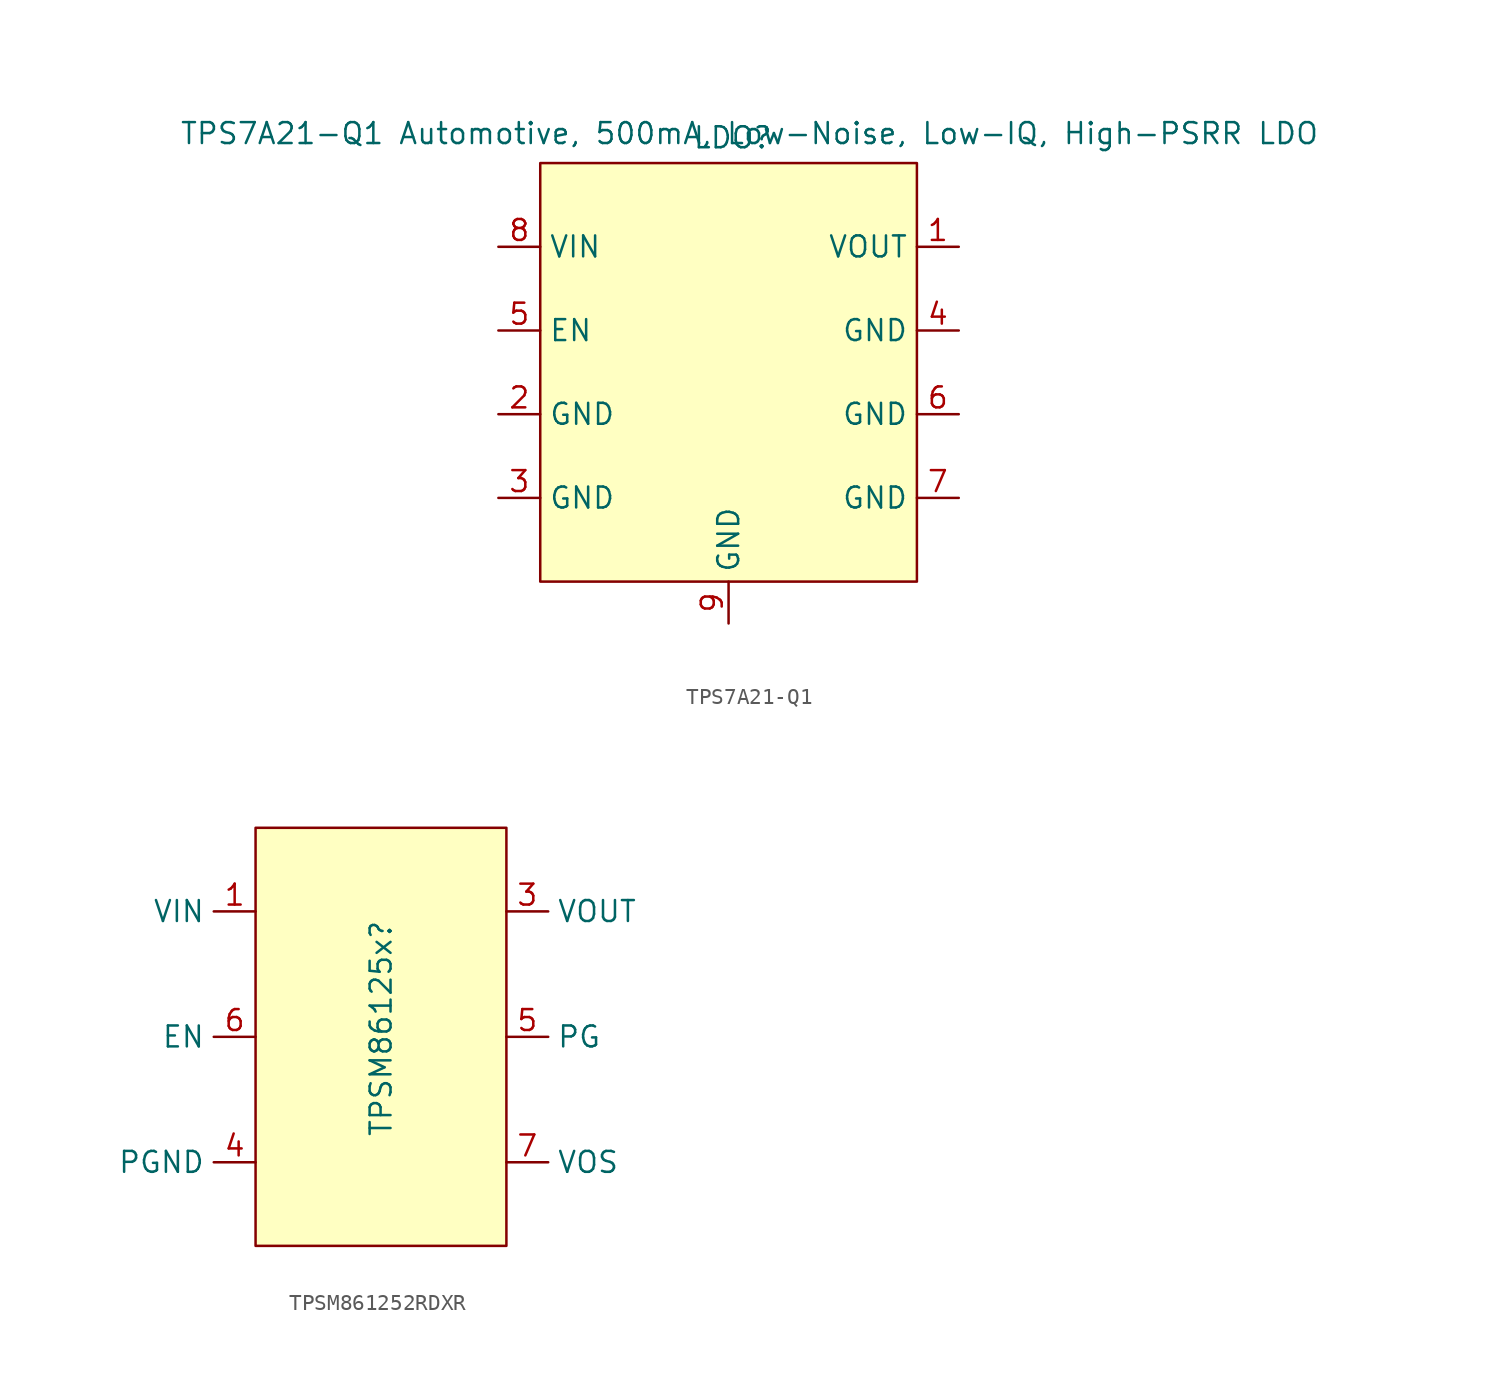
<source format=kicad_sym>
(kicad_symbol_lib
  (version 20231120)
  (generator "kicad_symbol_editor")
  (generator_version "8.0")
  (symbol "TPS7A21-Q1"
    (property "Reference" "LDO"
      (at 0.254 -1.524 0)
      (effects (font (size 1.27 1.27)) (justify top)))
    (property "Value" "TPS7A21-Q1 Automotive, 500mA, Low-Noise, Low-IQ, High-PSRR LDO"
      (at 1.27 -1.27 0)
      (effects (font (size 1.27 1.27)) (justify top)))
    (symbol "TPS7A21-Q1_1_1"
      (rectangle (start -11.43 -3.81) (end 11.43 -29.21) (stroke (width 0) (type default) (color 132 0 0 1)) (fill (type background)))
      (pin power_out line (at 13.97 -8.89 180) (length 2.54) (name "VOUT" (effects (font (size 1.27 1.27)))) (number "1" (effects (font (size 1.27 1.27)))))
      (pin power_in line (at -13.97 -19.05 0) (length 2.54) (name "GND" (effects (font (size 1.27 1.27)))) (number "2" (effects (font (size 1.27 1.27)))))
      (pin power_in line (at -13.97 -24.13 0) (length 2.54) (name "GND" (effects (font (size 1.27 1.27)))) (number "3" (effects (font (size 1.27 1.27)))))
      (pin power_in line (at 13.97 -13.97 180) (length 2.54) (name "GND" (effects (font (size 1.27 1.27)))) (number "4" (effects (font (size 1.27 1.27)))))
      (pin input line (at -13.97 -13.97 0) (length 2.54) (name "EN" (effects (font (size 1.27 1.27)))) (number "5" (effects (font (size 1.27 1.27)))))
      (pin power_in line (at 13.97 -19.05 180) (length 2.54) (name "GND" (effects (font (size 1.27 1.27)))) (number "6" (effects (font (size 1.27 1.27)))))
      (pin power_in line (at 13.97 -24.13 180) (length 2.54) (name "GND" (effects (font (size 1.27 1.27)))) (number "7" (effects (font (size 1.27 1.27)))))
      (pin power_in line (at -13.97 -8.89 0) (length 2.54) (name "VIN" (effects (font (size 1.27 1.27)))) (number "8" (effects (font (size 1.27 1.27)))))
      (pin power_in line (at 0 -31.75 90) (length 2.54) (name "GND" (effects (font (size 1.27 1.27)))) (number "9" (effects (font (size 1.27 1.27)))))))
  (symbol "TPSM861252RDXR"
    (property "Reference" "TPSM86125x"
      (at 0 0.508 90)
      (effects (font (size 1.27 1.27))))
    (property "Value" ""
      (at -1.27 -1.27 0)
      (effects (font (size 1.27 1.27))))
    (symbol "TPSM861252RDXR_0_1"
      (rectangle (start -7.62 12.7) (end 7.62 -12.7) (stroke (width 0) (type default) (color 132 0 0 1)) (fill (type color) (color 255 255 194 1))))
    (symbol "TPSM861252RDXR_1_1"
      (pin power_in line (at -7.62 7.62 180) (length 2.54) (name "VIN" (effects (font (size 1.27 1.27)))) (number "1" (effects (font (size 1.27 1.27)))))
      (pin power_out line (at 7.62 7.62 0) (length 2.54) (name "VOUT" (effects (font (size 1.27 1.27)))) (number "3" (effects (font (size 1.27 1.27)))))
      (pin power_out line (at -7.62 -7.62 180) (length 2.54) (name "PGND" (effects (font (size 1.27 1.27)))) (number "4" (effects (font (size 1.27 1.27)))))
      (pin input line (at 7.62 0 0) (length 2.54) (name "PG" (effects (font (size 1.27 1.27)))) (number "5" (effects (font (size 1.27 1.27)))))
      (pin input line (at -7.62 0 180) (length 2.54) (name "EN" (effects (font (size 1.27 1.27)))) (number "6" (effects (font (size 1.27 1.27)))))
      (pin input line (at 7.62 -7.62 0) (length 2.54) (name "VOS" (effects (font (size 1.27 1.27)))) (number "7" (effects (font (size 1.27 1.27))))))))
</source>
